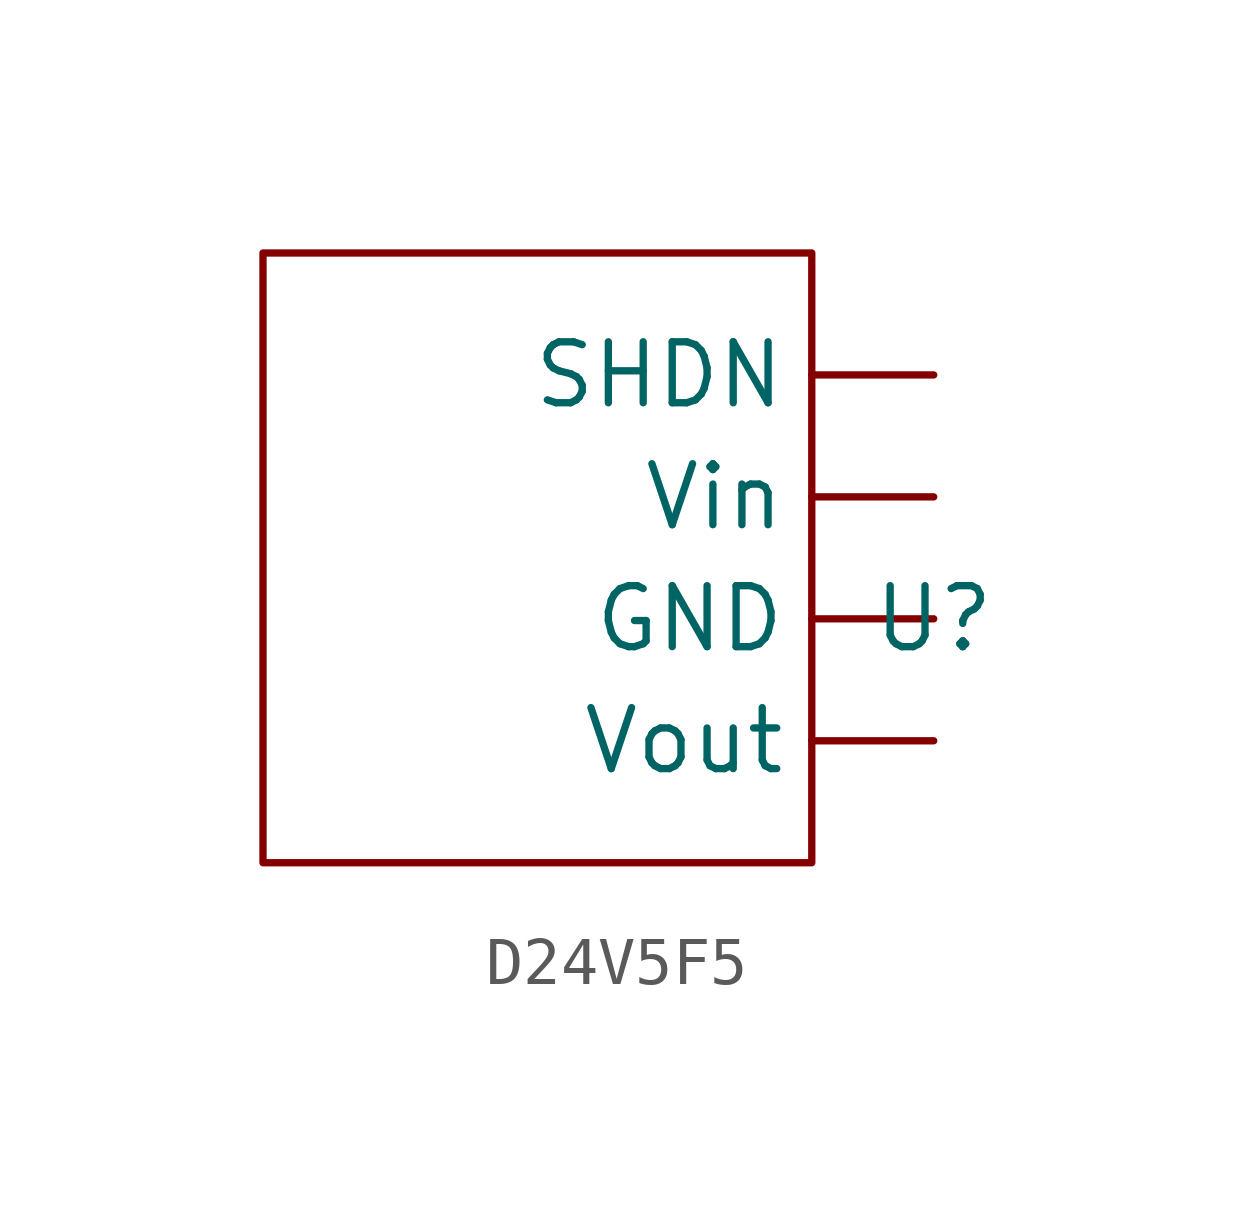
<source format=kicad_sym>
(kicad_symbol_lib
  (version 20231120)
  (generator "kicad_symbol_editor")
  (generator_version "8.0")
  (symbol "D24V5F5"
    (property "Reference" "U"
      (at 2.54 0 0)
      (effects (font (size 1.27 1.27))))
    (property "Value" ""
      (at 2.54 0 0)
      (effects (font (size 1.27 1.27))))
    (symbol "D24V5F5_0_1"
      (rectangle (start 0 7.62) (end -11.43 -5.08) (stroke (width 0) (type default)) (fill (type none))))
    (symbol "D24V5F5_1_1"
      (pin power_in line (at 2.54 0 180) (length 2.54) (name "GND" (effects (font (size 1.27 1.27)))) (number "" (effects (font (size 1.27 1.27)))))
      (pin power_in line (at 2.54 5.08 180) (length 2.54) (name "SHDN" (effects (font (size 1.27 1.27)))) (number "" (effects (font (size 1.27 1.27)))))
      (pin power_in line (at 2.54 2.54 180) (length 2.54) (name "Vin" (effects (font (size 1.27 1.27)))) (number "" (effects (font (size 1.27 1.27)))))
      (pin power_out line (at 2.54 -2.54 180) (length 2.54) (name "Vout" (effects (font (size 1.27 1.27)))) (number "" (effects (font (size 1.27 1.27))))))))
</source>
